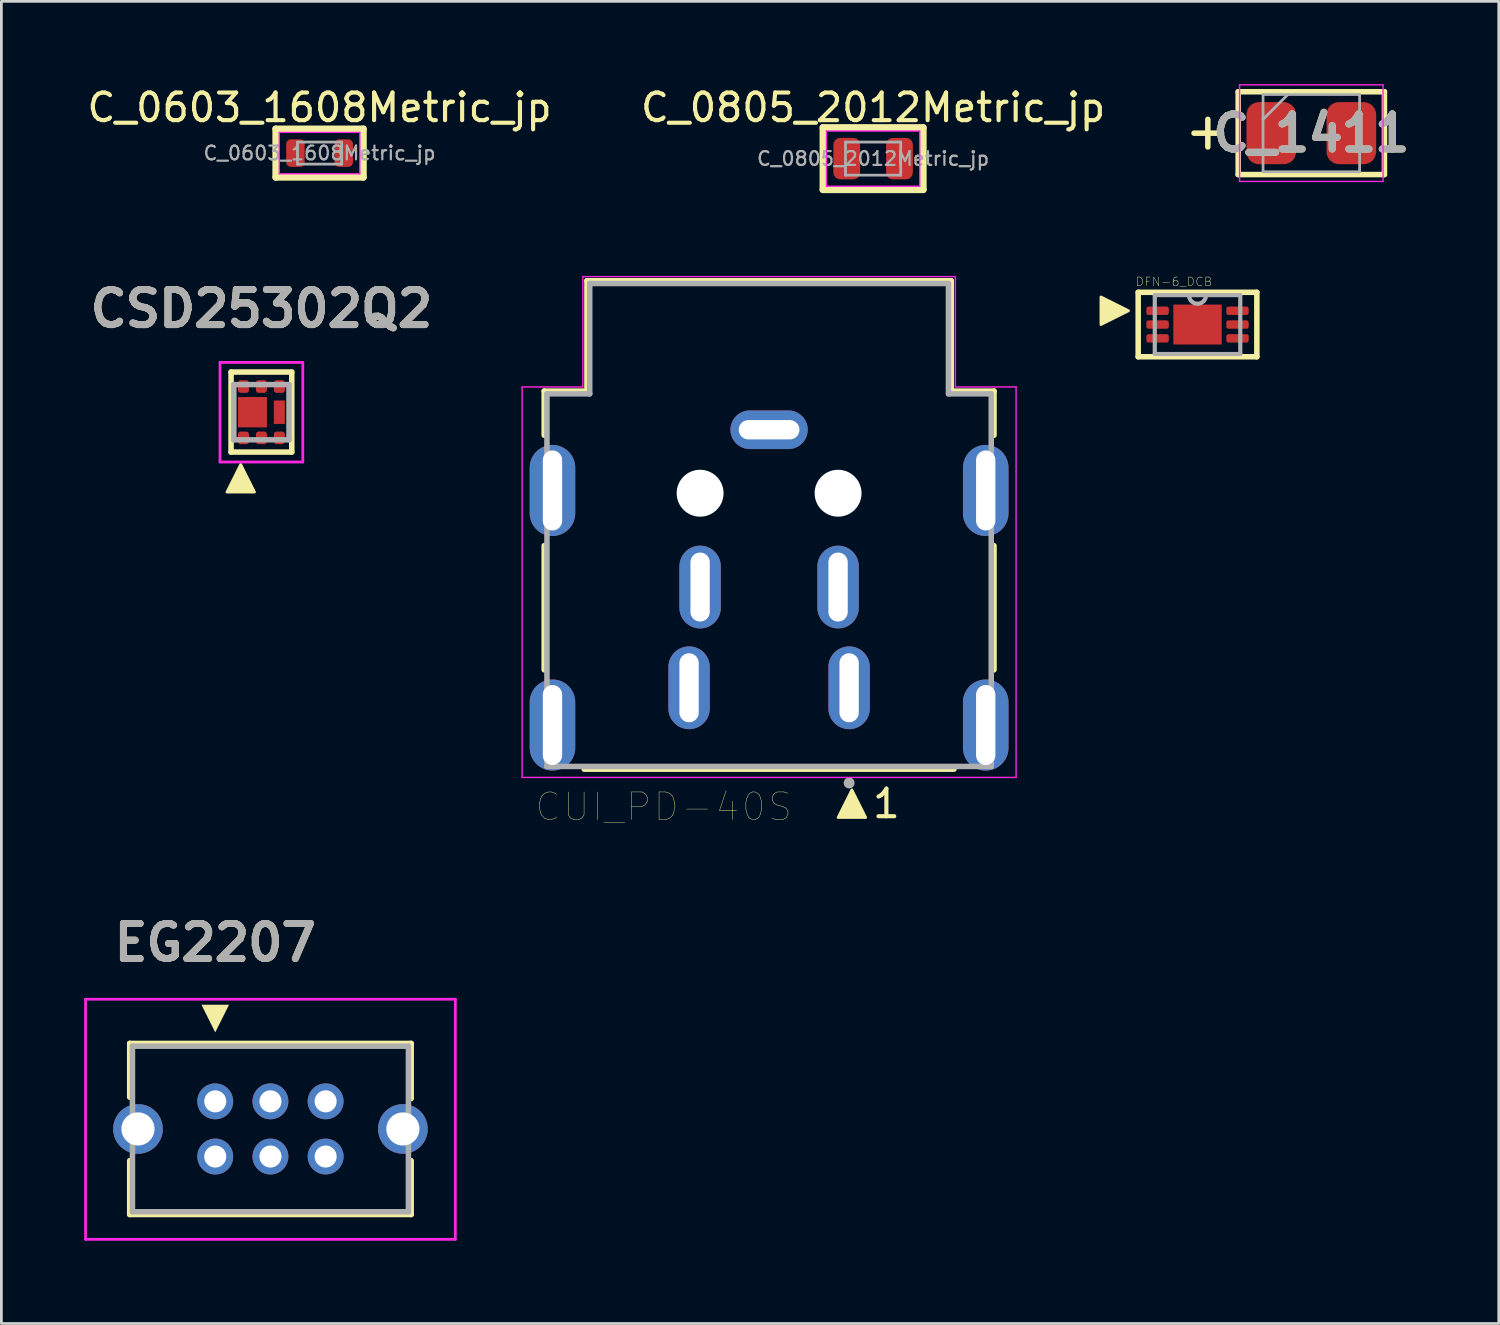
<source format=kicad_pcb>
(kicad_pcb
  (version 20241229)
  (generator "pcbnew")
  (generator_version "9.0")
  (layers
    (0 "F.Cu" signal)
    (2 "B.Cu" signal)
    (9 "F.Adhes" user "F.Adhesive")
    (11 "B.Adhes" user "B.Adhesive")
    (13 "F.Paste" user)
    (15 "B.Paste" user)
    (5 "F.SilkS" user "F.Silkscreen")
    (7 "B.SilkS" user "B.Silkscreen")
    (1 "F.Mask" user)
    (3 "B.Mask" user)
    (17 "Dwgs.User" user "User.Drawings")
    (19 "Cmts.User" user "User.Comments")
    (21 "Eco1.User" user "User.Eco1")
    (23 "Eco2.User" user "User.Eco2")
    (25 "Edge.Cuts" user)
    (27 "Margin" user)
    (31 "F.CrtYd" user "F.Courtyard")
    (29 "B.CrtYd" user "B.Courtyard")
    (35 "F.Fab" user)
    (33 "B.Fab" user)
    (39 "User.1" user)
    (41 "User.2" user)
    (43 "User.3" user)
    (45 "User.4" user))
  (footprint "CSD25302Q2"
    (layer "F.Cu")
    (at 6.423 11.887)
    (property "Reference" "CSD25302Q2" (at 0 -3.75 0) (layer "F.SilkS") (effects (font (size 1.27 1.27) (thickness 0.254))))
    (attr smd)
    (fp_line (start -1.1 -1.455) (end 1.1 -1.455) (stroke (width 0.2) (type solid)) (layer "F.SilkS"))
    (fp_line (start -1.1 1.445) (end -1.1 -1.455) (stroke (width 0.2) (type solid)) (layer "F.SilkS"))
    (fp_line (start -1.1 1.445) (end 1.1 1.445) (stroke (width 0.2) (type solid)) (layer "F.SilkS"))
    (fp_line (start 1.1 -1.455) (end 1.1 1.445) (stroke (width 0.2) (type solid)) (layer "F.SilkS"))
    (fp_poly (pts (xy -0.25 2.895) (xy -1.25 2.895) (xy -0.75 1.895)) (stroke (width 0.1) (type solid)) (fill yes) (layer "F.SilkS"))
    (fp_line (start -1.5 -1.805) (end 1.5 -1.805) (stroke (width 0.1) (type solid)) (layer "F.CrtYd"))
    (fp_line (start -1.5 1.805) (end -1.5 -1.805) (stroke (width 0.1) (type solid)) (layer "F.CrtYd"))
    (fp_line (start 1.5 -1.805) (end 1.5 1.805) (stroke (width 0.1) (type solid)) (layer "F.CrtYd"))
    (fp_line (start 1.5 1.805) (end -1.5 1.805) (stroke (width 0.1) (type solid)) (layer "F.CrtYd"))
    (fp_line (start -1 -1) (end 1 -1) (stroke (width 0.2) (type solid)) (layer "F.Fab"))
    (fp_line (start -1 1) (end -1 -1) (stroke (width 0.2) (type solid)) (layer "F.Fab"))
    (fp_line (start 1 -1) (end 1 1) (stroke (width 0.2) (type solid)) (layer "F.Fab"))
    (fp_line (start 1 1) (end -1 1) (stroke (width 0.2) (type solid)) (layer "F.Fab"))
    (fp_text user "${REFERENCE}" (at 0 -3.75 0) (layer "F.Fab") (effects (font (size 1.27 1.27) (thickness 0.254))))
    (pad "1" smd roundrect (at -0.65 0.93) (size 0.4 0.46) (layers "F.Cu" "F.Mask" "F.Paste") (roundrect_rratio 0.25))
    (pad "2" smd roundrect (at 0 0.93) (size 0.4 0.46) (layers "F.Cu" "F.Mask" "F.Paste") (roundrect_rratio 0.25))
    (pad "3" smd roundrect (at 0.65 0.93) (size 0.4 0.46) (layers "F.Cu" "F.Mask" "F.Paste") (roundrect_rratio 0.25))
    (pad "4" smd roundrect (at 0.65 -0.93) (size 0.4 0.46) (layers "F.Cu" "F.Mask" "F.Paste") (roundrect_rratio 0.25))
    (pad "5" smd roundrect (at 0 -0.93) (size 0.4 0.46) (layers "F.Cu" "F.Mask" "F.Paste") (roundrect_rratio 0.25))
    (pad "6" smd roundrect (at -0.65 -0.93) (size 0.4 0.46) (layers "F.Cu" "F.Mask" "F.Paste") (roundrect_rratio 0.25))
    (pad "7" smd rect (at 0.65 0) (size 0.4 0.85) (layers "F.Cu" "F.Mask" "F.Paste"))
    (pad "8" smd rect (at -0.325 0) (size 1.05 1.1) (layers "F.Cu" "F.Mask" "F.Paste")))
  (footprint "CUI_PD-40S"
    (layer "F.Cu")
    (at 24.82 14.823)
    (property "Reference" "CUI_PD-40S" (at -3.821 11.364 0) (layer "F.SilkS") (effects (font (size 1.001 1.001) (thickness 0.015))))
    (attr through_hole)
    (fp_line (start -8.15 -3.7) (end -6.6 -3.7) (stroke (width 0.2) (type solid)) (layer "F.SilkS"))
    (fp_line (start -8.15 -2.1) (end -8.15 -3.7) (stroke (width 0.2) (type solid)) (layer "F.SilkS"))
    (fp_line (start -8.15 6.4) (end -8.15 1.9) (stroke (width 0.2) (type solid)) (layer "F.SilkS"))
    (fp_line (start -6.7 10) (end 6.7 10) (stroke (width 0.2) (type solid)) (layer "F.SilkS"))
    (fp_line (start -6.6 -7.7) (end 6.6 -7.7) (stroke (width 0.2) (type solid)) (layer "F.SilkS"))
    (fp_line (start -6.6 -3.7) (end -6.6 -7.7) (stroke (width 0.2) (type solid)) (layer "F.SilkS"))
    (fp_line (start 6.6 -7.7) (end 6.6 -3.7) (stroke (width 0.2) (type solid)) (layer "F.SilkS"))
    (fp_line (start 6.6 -3.7) (end 8.15 -3.7) (stroke (width 0.2) (type solid)) (layer "F.SilkS"))
    (fp_line (start 8.15 -3.7) (end 8.15 -2.1) (stroke (width 0.2) (type solid)) (layer "F.SilkS"))
    (fp_line (start 8.15 1.9) (end 8.15 6.4) (stroke (width 0.2) (type solid)) (layer "F.SilkS"))
    (fp_poly (pts (xy 3.5 11.75) (xy 2.5 11.75) (xy 3 10.75)) (stroke (width 0.1) (type solid)) (fill yes) (layer "F.SilkS"))
    (fp_line (start -8.95 -3.85) (end -6.75 -3.85) (stroke (width 0.05) (type solid)) (layer "F.CrtYd"))
    (fp_line (start -8.95 10.3) (end -8.95 -3.85) (stroke (width 0.05) (type solid)) (layer "F.CrtYd"))
    (fp_line (start -8.95 10.3) (end 8.95 10.3) (stroke (width 0.05) (type solid)) (layer "F.CrtYd"))
    (fp_line (start -6.75 -7.85) (end 6.75 -7.85) (stroke (width 0.05) (type solid)) (layer "F.CrtYd"))
    (fp_line (start -6.75 -3.85) (end -6.75 -7.85) (stroke (width 0.05) (type solid)) (layer "F.CrtYd"))
    (fp_line (start 6.75 -7.85) (end 6.75 -3.85) (stroke (width 0.05) (type solid)) (layer "F.CrtYd"))
    (fp_line (start 6.75 -3.85) (end 8.95 -3.85) (stroke (width 0.05) (type solid)) (layer "F.CrtYd"))
    (fp_line (start 8.95 -3.85) (end 8.95 10.3) (stroke (width 0.05) (type solid)) (layer "F.CrtYd"))
    (fp_line (start -8.05 -3.6) (end -6.5 -3.6) (stroke (width 0.2) (type solid)) (layer "F.Fab"))
    (fp_line (start -8.05 9.9) (end -8.05 -3.6) (stroke (width 0.2) (type solid)) (layer "F.Fab"))
    (fp_line (start -8.05 9.9) (end 8.05 9.9) (stroke (width 0.2) (type solid)) (layer "F.Fab"))
    (fp_line (start -6.5 -7.6) (end 6.5 -7.6) (stroke (width 0.2) (type solid)) (layer "F.Fab"))
    (fp_line (start -6.5 -3.6) (end -6.5 -7.6) (stroke (width 0.2) (type solid)) (layer "F.Fab"))
    (fp_line (start 6.5 -7.6) (end 6.5 -3.6) (stroke (width 0.2) (type solid)) (layer "F.Fab"))
    (fp_line (start 6.5 -3.6) (end 8.05 -3.6) (stroke (width 0.2) (type solid)) (layer "F.Fab"))
    (fp_line (start 8.05 -3.6) (end 8.05 9.9) (stroke (width 0.2) (type solid)) (layer "F.Fab"))
    (fp_circle (center 2.9 10.5) (end 3 10.5) (stroke (width 0.2) (type solid)) (fill no) (layer "F.Fab"))
    (fp_text user "1" (at 4.25 11.25 0) (layer "F.SilkS") (effects (font (size 1 1) (thickness 0.15))))
    (pad "" np_thru_hole circle (at -2.5 0) (size 1.7 1.7) (drill 1.7) (layers "*.Cu" "*.Mask"))
    (pad "" np_thru_hole circle (at 2.5 0) (size 1.7 1.7) (drill 1.7) (layers "*.Cu" "*.Mask"))
    (pad "1" thru_hole oval (at 2.9 7.05) (size 1.5 3) (drill oval 0.7 2.5) (layers "*.Cu" "*.Mask"))
    (pad "2" thru_hole oval (at -2.9 7.05) (size 1.5 3) (drill oval 0.7 2.5) (layers "*.Cu" "*.Mask"))
    (pad "3" thru_hole oval (at 2.5 3.4) (size 1.5 3) (drill oval 0.7 2.5) (layers "*.Cu" "*.Mask"))
    (pad "4" thru_hole oval (at -2.5 3.4) (size 1.5 3) (drill oval 0.7 2.5) (layers "*.Cu" "*.Mask"))
    (pad "S1" thru_hole oval (at 0 -2.3) (size 2.8 1.4) (drill oval 2.2 0.7) (layers "*.Cu" "*.Mask"))
    (pad "S2" thru_hole oval (at -7.85 8.4) (size 1.65 3.3) (drill oval 0.7 2.9) (layers "*.Cu" "*.Mask"))
    (pad "S3" thru_hole oval (at 7.85 8.4) (size 1.65 3.3) (drill oval 0.7 2.9) (layers "*.Cu" "*.Mask"))
    (pad "S4" thru_hole oval (at -7.85 -0.1) (size 1.65 3.3) (drill oval 0.7 2.9) (layers "*.Cu" "*.Mask"))
    (pad "S5" thru_hole oval (at 7.85 -0.1) (size 1.65 3.3) (drill oval 0.7 2.9) (layers "*.Cu" "*.Mask")))
  (footprint "C_0805_2012Metric_jp"
    (layer "F.Cu")
    (at 28.589 2.698)
    (property "Reference" "C_0805_2012Metric_jp" (at 0 -1.85 0) (layer "F.SilkS") (effects (font (size 1 1) (thickness 0.15))))
    (attr smd)
    (fp_line (start -1.815 -1.125) (end 1.815 -1.125) (stroke (width 0.25) (type solid)) (layer "F.SilkS"))
    (fp_line (start -1.815 1.125) (end -1.815 -1.125) (stroke (width 0.25) (type solid)) (layer "F.SilkS"))
    (fp_line (start 1.815 -1.125) (end 1.815 1.125) (stroke (width 0.25) (type solid)) (layer "F.SilkS"))
    (fp_line (start 1.815 1.125) (end -1.815 1.125) (stroke (width 0.25) (type solid)) (layer "F.SilkS"))
    (fp_line (start -1.69 -1) (end 1.69 -1) (stroke (width 0.05) (type solid)) (layer "F.CrtYd"))
    (fp_line (start -1.69 1) (end -1.69 -1) (stroke (width 0.05) (type solid)) (layer "F.CrtYd"))
    (fp_line (start 1.69 -1) (end 1.69 1) (stroke (width 0.05) (type solid)) (layer "F.CrtYd"))
    (fp_line (start 1.69 1) (end -1.69 1) (stroke (width 0.05) (type solid)) (layer "F.CrtYd"))
    (fp_line (start -1 -0.6) (end 1 -0.6) (stroke (width 0.1) (type solid)) (layer "F.Fab"))
    (fp_line (start -1 0.6) (end -1 -0.6) (stroke (width 0.1) (type solid)) (layer "F.Fab"))
    (fp_line (start 1 -0.6) (end 1 0.6) (stroke (width 0.1) (type solid)) (layer "F.Fab"))
    (fp_line (start 1 0.6) (end -1 0.6) (stroke (width 0.1) (type solid)) (layer "F.Fab"))
    (fp_text user "${REFERENCE}" (at 0 0 0) (layer "F.Fab") (effects (font (size 0.5 0.5) (thickness 0.08))))
    (pad "1" smd roundrect (at -0.955 0) (size 0.97 1.5) (layers "F.Cu" "F.Mask" "F.Paste") (roundrect_rratio 0.25))
    (pad "2" smd roundrect (at 0.955 0) (size 0.97 1.5) (layers "F.Cu" "F.Mask" "F.Paste") (roundrect_rratio 0.25)))
  (footprint "C_0603_1608Metric_jp"
    (layer "F.Cu")
    (at 8.53 2.498)
    (property "Reference" "C_0603_1608Metric_jp" (at 0 -1.65 0) (layer "F.SilkS") (effects (font (size 1 1) (thickness 0.15))))
    (attr smd)
    (fp_line (start -1.585 -0.875) (end -1.585 0.875) (stroke (width 0.25) (type solid)) (layer "F.SilkS"))
    (fp_line (start -1.585 0.875) (end 1.585 0.875) (stroke (width 0.25) (type solid)) (layer "F.SilkS"))
    (fp_line (start 1.585 -0.875) (end -1.585 -0.875) (stroke (width 0.25) (type solid)) (layer "F.SilkS"))
    (fp_line (start 1.585 -0.875) (end 1.585 0.875) (stroke (width 0.25) (type solid)) (layer "F.SilkS"))
    (fp_line (start -1.46 -0.75) (end 1.46 -0.75) (stroke (width 0.05) (type solid)) (layer "F.CrtYd"))
    (fp_line (start -1.46 0.75) (end -1.46 -0.75) (stroke (width 0.05) (type solid)) (layer "F.CrtYd"))
    (fp_line (start 1.46 -0.75) (end 1.46 0.75) (stroke (width 0.05) (type solid)) (layer "F.CrtYd"))
    (fp_line (start 1.46 0.75) (end -1.46 0.75) (stroke (width 0.05) (type solid)) (layer "F.CrtYd"))
    (fp_line (start -0.8 -0.4) (end 0.8 -0.4) (stroke (width 0.1) (type solid)) (layer "F.Fab"))
    (fp_line (start -0.8 0.4) (end -0.8 -0.4) (stroke (width 0.1) (type solid)) (layer "F.Fab"))
    (fp_line (start 0.8 -0.4) (end 0.8 0.4) (stroke (width 0.1) (type solid)) (layer "F.Fab"))
    (fp_line (start 0.8 0.4) (end -0.8 0.4) (stroke (width 0.1) (type solid)) (layer "F.Fab"))
    (fp_text user "${REFERENCE}" (at 0 0 0) (layer "F.Fab") (effects (font (size 0.5 0.5) (thickness 0.08))))
    (pad "1" smd roundrect (at -0.875 0) (size 0.67 1) (layers "F.Cu" "F.Mask" "F.Paste") (roundrect_rratio 0.25))
    (pad "2" smd roundrect (at 0.875 0) (size 0.67 1) (layers "F.Cu" "F.Mask" "F.Paste") (roundrect_rratio 0.25)))
  (footprint "DFN-6_DCB"
    (layer "F.Cu")
    (at 40.345 8.711)
    (property "Reference" "DFN-6_DCB" (at -0.854 -1.552 0) (layer "F.SilkS") (effects (font (size 0.315 0.315) (thickness 0.015))))
    (attr through_hole)
    (fp_line (start -2.15 -1.168) (end -2.15 1.168) (stroke (width 0.2) (type solid)) (layer "F.SilkS"))
    (fp_line (start -2.15 1.168) (end 2.15 1.168) (stroke (width 0.2) (type solid)) (layer "F.SilkS"))
    (fp_line (start 2.15 -1.168) (end -2.15 -1.168) (stroke (width 0.2) (type solid)) (layer "F.SilkS"))
    (fp_line (start 2.15 -1.168) (end 2.15 1.168) (stroke (width 0.2) (type solid)) (layer "F.SilkS"))
    (fp_poly (pts (xy -2.5 -0.5) (xy -3.5 0) (xy -3.5 -1)) (stroke (width 0.1) (type solid)) (fill yes) (layer "F.SilkS"))
    (fp_poly (pts (xy -0.876 -0.724) (xy -0.876 0.724) (xy 0.876 0.724) (xy 0.876 -0.724)) (stroke (width 0.025) (type solid)) (fill yes) (layer "F.Paste"))
    (fp_line (start -1.549 -1.067) (end -1.549 1.067) (stroke (width 0.152) (type solid)) (layer "F.Fab"))
    (fp_line (start -1.549 1.067) (end 1.549 1.067) (stroke (width 0.152) (type solid)) (layer "F.Fab"))
    (fp_line (start 0.305 -1.067) (end -1.549 -1.067) (stroke (width 0.152) (type solid)) (layer "F.Fab"))
    (fp_line (start 1.549 -1.067) (end 0.305 -1.067) (stroke (width 0.152) (type solid)) (layer "F.Fab"))
    (fp_line (start 1.549 1.067) (end 1.549 -1.067) (stroke (width 0.152) (type solid)) (layer "F.Fab"))
    (fp_arc (start 0.3048 -1.0668) (mid 0.0127 -0.7493) (end -0.3048 -1.0414) (stroke (width 0.1524) (type solid)) (layer "F.Fab"))
    (pad "1" smd roundrect (at -1.448 -0.5) (size 0.813 0.305) (layers "F.Cu" "F.Mask" "F.Paste") (roundrect_rratio 0.25))
    (pad "2" smd roundrect (at -1.448 0) (size 0.813 0.305) (layers "F.Cu" "F.Mask" "F.Paste") (roundrect_rratio 0.25))
    (pad "3" smd roundrect (at -1.448 0.5) (size 0.813 0.305) (layers "F.Cu" "F.Mask" "F.Paste") (roundrect_rratio 0.25))
    (pad "4" smd roundrect (at 1.448 0.5) (size 0.813 0.305) (layers "F.Cu" "F.Mask" "F.Paste") (roundrect_rratio 0.25))
    (pad "5" smd roundrect (at 1.448 0) (size 0.813 0.305) (layers "F.Cu" "F.Mask" "F.Paste") (roundrect_rratio 0.25))
    (pad "6" smd roundrect (at 1.448 -0.5) (size 0.813 0.305) (layers "F.Cu" "F.Mask" "F.Paste") (roundrect_rratio 0.25))
    (pad "7" smd rect (at 0 0) (size 1.753 1.448) (layers "F.Cu" "F.Mask")))
  (footprint "C_1411"
    (layer "F.Cu")
    (at 44.469 1.775)
    (property "Reference" "C_1411" (at 0 0 0) (layer "F.SilkS") (effects (font (size 1.27 1.27) (thickness 0.254))))
    (attr smd)
    (fp_line (start -3.75 -0.5) (end -3.75 0.5) (stroke (width 0.2) (type solid)) (layer "F.SilkS"))
    (fp_line (start -3.25 0) (end -4.25 0) (stroke (width 0.2) (type solid)) (layer "F.SilkS"))
    (fp_line (start -2.65 -1.5) (end -2.65 1.5) (stroke (width 0.2) (type solid)) (layer "F.SilkS"))
    (fp_line (start -2.65 1.5) (end 2.65 1.5) (stroke (width 0.2) (type solid)) (layer "F.SilkS"))
    (fp_line (start 2.65 -1.5) (end -2.65 -1.5) (stroke (width 0.2) (type solid)) (layer "F.SilkS"))
    (fp_line (start 2.65 -1.5) (end 2.65 1.5) (stroke (width 0.2) (type solid)) (layer "F.SilkS"))
    (fp_line (start -2.6 -1.75) (end 2.6 -1.75) (stroke (width 0.05) (type solid)) (layer "F.CrtYd"))
    (fp_line (start -2.6 1.75) (end -2.6 -1.75) (stroke (width 0.05) (type solid)) (layer "F.CrtYd"))
    (fp_line (start 2.6 -1.75) (end 2.6 1.75) (stroke (width 0.05) (type solid)) (layer "F.CrtYd"))
    (fp_line (start 2.6 1.75) (end -2.6 1.75) (stroke (width 0.05) (type solid)) (layer "F.CrtYd"))
    (fp_line (start -1.75 -1.4) (end 1.75 -1.4) (stroke (width 0.1) (type solid)) (layer "F.Fab"))
    (fp_line (start -1.75 -0.5) (end -0.85 -1.4) (stroke (width 0.1) (type solid)) (layer "F.Fab"))
    (fp_line (start -1.75 1.4) (end -1.75 -1.4) (stroke (width 0.1) (type solid)) (layer "F.Fab"))
    (fp_line (start 1.75 -1.4) (end 1.75 1.4) (stroke (width 0.1) (type solid)) (layer "F.Fab"))
    (fp_line (start 1.75 1.4) (end -1.75 1.4) (stroke (width 0.1) (type solid)) (layer "F.Fab"))
    (fp_text user "${REFERENCE}" (at 0 0 0) (layer "F.Fab") (effects (font (size 1.27 1.27) (thickness 0.254))))
    (pad "1" smd roundrect (at -1.45 0) (size 1.8 2.25) (layers "F.Cu" "F.Mask" "F.Paste") (roundrect_rratio 0.25))
    (pad "2" smd roundrect (at 1.45 0) (size 1.8 2.25) (layers "F.Cu" "F.Mask" "F.Paste") (roundrect_rratio 0.25)))
  (footprint "EG2207"
    (layer "F.Cu")
    (at 4.75 36.86)
    (property "Reference" "EG2207" (at 0 -5.75 0) (layer "F.SilkS") (effects (font (size 1.27 1.27) (thickness 0.254))))
    (attr through_hole)
    (fp_line (start -3.1 -2.1) (end -3.1 -0.15) (stroke (width 0.2) (type solid)) (layer "F.SilkS"))
    (fp_line (start -3.1 -2.1) (end 7.1 -2.1) (stroke (width 0.2) (type solid)) (layer "F.SilkS"))
    (fp_line (start -3.1 2.15) (end -3.1 4.1) (stroke (width 0.2) (type solid)) (layer "F.SilkS"))
    (fp_line (start 7.1 -2.1) (end 7.1 -0.1) (stroke (width 0.2) (type solid)) (layer "F.SilkS"))
    (fp_line (start 7.1 2.15) (end 7.1 4.1) (stroke (width 0.2) (type solid)) (layer "F.SilkS"))
    (fp_line (start 7.1 4.1) (end -3.1 4.1) (stroke (width 0.2) (type solid)) (layer "F.SilkS"))
    (fp_poly (pts (xy 0 -2.5) (xy -0.5 -3.5) (xy 0.5 -3.5)) (stroke (width 0) (type solid)) (fill yes) (layer "F.SilkS"))
    (fp_line (start -4.7 -3.7) (end 8.7 -3.7) (stroke (width 0.1) (type solid)) (layer "F.CrtYd"))
    (fp_line (start -4.7 5) (end -4.7 -3.7) (stroke (width 0.1) (type solid)) (layer "F.CrtYd"))
    (fp_line (start 8.7 -3.7) (end 8.7 5) (stroke (width 0.1) (type solid)) (layer "F.CrtYd"))
    (fp_line (start 8.7 5) (end -4.7 5) (stroke (width 0.1) (type solid)) (layer "F.CrtYd"))
    (fp_line (start -3 -2) (end 7 -2) (stroke (width 0.2) (type solid)) (layer "F.Fab"))
    (fp_line (start -3 4) (end -3 -2) (stroke (width 0.2) (type solid)) (layer "F.Fab"))
    (fp_line (start 7 -2) (end 7 4) (stroke (width 0.2) (type solid)) (layer "F.Fab"))
    (fp_line (start 7 4) (end -3 4) (stroke (width 0.2) (type solid)) (layer "F.Fab"))
    (fp_text user "${REFERENCE}" (at 0 -5.75 0) (layer "F.Fab") (effects (font (size 1.27 1.27) (thickness 0.254))))
    (pad "1" thru_hole circle (at 0 0) (size 1.3 1.3) (drill 0.8) (layers "*.Cu" "*.Mask"))
    (pad "2" thru_hole circle (at 2 0) (size 1.3 1.3) (drill 0.8) (layers "*.Cu" "*.Mask"))
    (pad "3" thru_hole circle (at 4 0) (size 1.3 1.3) (drill 0.8) (layers "*.Cu" "*.Mask"))
    (pad "4" thru_hole circle (at 0 2) (size 1.3 1.3) (drill 0.8) (layers "*.Cu" "*.Mask"))
    (pad "5" thru_hole circle (at 2 2) (size 1.3 1.3) (drill 0.8) (layers "*.Cu" "*.Mask"))
    (pad "6" thru_hole circle (at 4 2) (size 1.3 1.3) (drill 0.8) (layers "*.Cu" "*.Mask"))
    (pad "MH1" thru_hole circle (at -2.8 1) (size 1.8 1.8) (drill 1.2) (layers "*.Cu" "*.Mask"))
    (pad "MH2" thru_hole circle (at 6.8 1) (size 1.8 1.8) (drill 1.2) (layers "*.Cu" "*.Mask")))
  (gr_rect
    (start -3 -3)
    (end 51.261 44.91)
    (stroke (width 0.1) (type default))
    (fill no)
    (layer "Edge.Cuts")))
</source>
